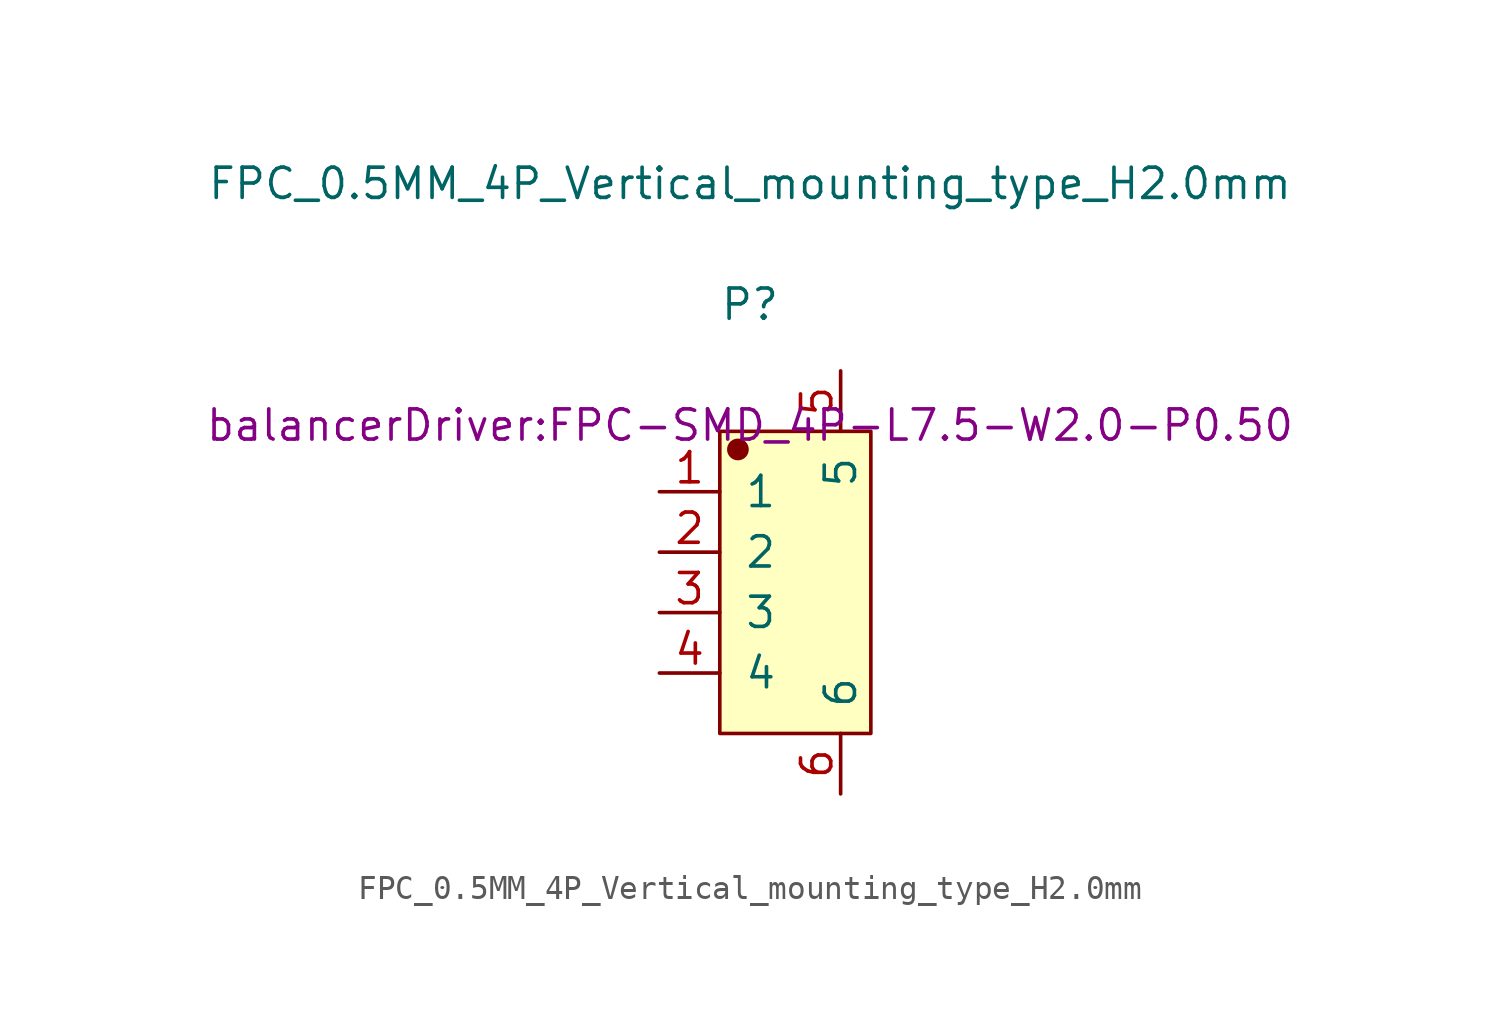
<source format=kicad_sym>
(kicad_symbol_lib
  (version 20231120)
  (generator "kicad_symbol_editor")
  (generator_version "8.0")
  (symbol "FPC_0.5MM_4P_Vertical_mounting_type_H2.0mm"
    (pin_names
      (offset 1.016))
    (property "Reference" "P"
      (at 0 11.684 0)
      (effects (font (size 1.27 1.27))))
    (property "Value" "FPC_0.5MM_4P_Vertical_mounting_type_H2.0mm"
      (at 0 16.764 0)
      (effects (font (size 1.27 1.27))))
    (property "Footprint" "balancerDriver:FPC-SMD_4P-L7.5-W2.0-P0.50"
      (at 0 6.604 0)
      (effects (font (size 1.27 1.27))))
    (symbol "FPC_0.5MM_4P_Vertical_mounting_type_H2.0mm_1_1"
      (rectangle (start -1.27 6.35) (end 5.08 -6.35) (stroke (width 0.152) (type solid)) (fill (type background)))
      (circle (center -0.508 5.588) (radius 0.381) (stroke (width 0.152) (type solid)) (fill (type outline)))
      (pin input line (at -3.81 3.81 0) (length 2.54) (name "1" (effects (font (size 1.27 1.27)))) (number "1" (effects (font (size 1.27 1.27)))))
      (pin input line (at -3.81 1.27 0) (length 2.54) (name "2" (effects (font (size 1.27 1.27)))) (number "2" (effects (font (size 1.27 1.27)))))
      (pin input line (at -3.81 -1.27 0) (length 2.54) (name "3" (effects (font (size 1.27 1.27)))) (number "3" (effects (font (size 1.27 1.27)))))
      (pin input line (at -3.81 -3.81 0) (length 2.54) (name "4" (effects (font (size 1.27 1.27)))) (number "4" (effects (font (size 1.27 1.27)))))
      (pin input line (at 3.81 8.89 270) (length 2.54) (name "5" (effects (font (size 1.27 1.27)))) (number "5" (effects (font (size 1.27 1.27)))))
      (pin input line (at 3.81 -8.89 90) (length 2.54) (name "6" (effects (font (size 1.27 1.27)))) (number "6" (effects (font (size 1.27 1.27))))))))
</source>
